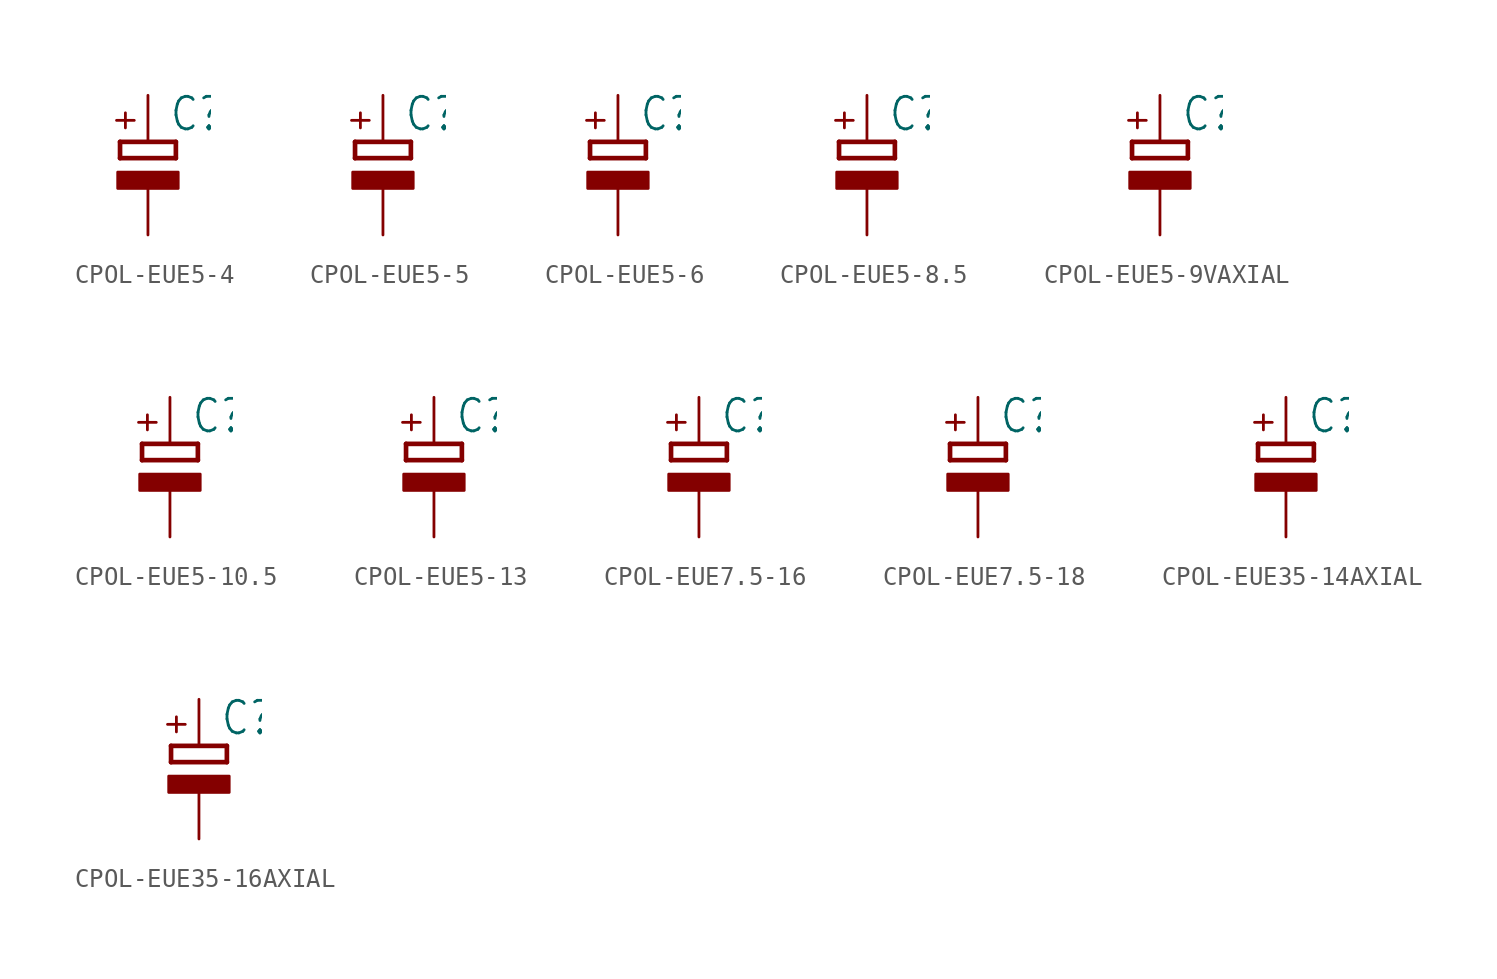
<source format=kicad_sym>
(kicad_symbol_lib
  (version 20241209)
  (generator "kicad_symbol_editor")
  (generator_version "9.0")
  (symbol "CPOL-EUE5-4"
    (property "Reference" "C"
      (at 1.143 0.483 0)
      (effects (font (size 1.778 1.511)) (justify left bottom)))
    (property "Value" ""
      (at 1.143 -4.597 0)
      (effects (font (size 1.778 1.511)) (justify left bottom)))
    (property "ki_locked" ""
      (at 0 0 0)
      (effects (font (size 1.27 1.27))))
    (symbol "CPOL-EUE5-4_1_0"
      (rectangle (start -1.651 -2.54) (end 1.651 -1.651) (stroke (width 0) (type default)) (fill (type outline)))
      (polyline (pts (xy -1.524 0) (xy -1.524 -0.889)) (stroke (width 0.254) (type solid)) (fill (type none)))
      (polyline (pts (xy -1.524 0) (xy 1.524 0)) (stroke (width 0.254) (type solid)) (fill (type none)))
      (polyline (pts (xy -1.524 -0.889) (xy 1.524 -0.889)) (stroke (width 0.254) (type solid)) (fill (type none)))
      (polyline (pts (xy 1.524 -0.889) (xy 1.524 0)) (stroke (width 0.254) (type solid)) (fill (type none)))
      (text "+" (at -0.584 0.406 900) (effects (font (size 1.27 1.079)) (justify left bottom)))
      (pin passive line (at 0 2.54 270) (length 2.54) (name "+" (effects (font (size 0 0)))) (number "+" (effects (font (size 0 0)))))
      (pin passive line (at 0 -5.08 90) (length 2.54) (name "-" (effects (font (size 0 0)))) (number "-" (effects (font (size 0 0)))))))
  (symbol "CPOL-EUE5-5"
    (property "Reference" "C"
      (at 1.143 0.483 0)
      (effects (font (size 1.778 1.511)) (justify left bottom)))
    (property "Value" ""
      (at 1.143 -4.597 0)
      (effects (font (size 1.778 1.511)) (justify left bottom)))
    (property "ki_locked" ""
      (at 0 0 0)
      (effects (font (size 1.27 1.27))))
    (symbol "CPOL-EUE5-5_1_0"
      (rectangle (start -1.651 -2.54) (end 1.651 -1.651) (stroke (width 0) (type default)) (fill (type outline)))
      (polyline (pts (xy -1.524 0) (xy -1.524 -0.889)) (stroke (width 0.254) (type solid)) (fill (type none)))
      (polyline (pts (xy -1.524 0) (xy 1.524 0)) (stroke (width 0.254) (type solid)) (fill (type none)))
      (polyline (pts (xy -1.524 -0.889) (xy 1.524 -0.889)) (stroke (width 0.254) (type solid)) (fill (type none)))
      (polyline (pts (xy 1.524 -0.889) (xy 1.524 0)) (stroke (width 0.254) (type solid)) (fill (type none)))
      (text "+" (at -0.584 0.406 900) (effects (font (size 1.27 1.079)) (justify left bottom)))
      (pin passive line (at 0 2.54 270) (length 2.54) (name "+" (effects (font (size 0 0)))) (number "+" (effects (font (size 0 0)))))
      (pin passive line (at 0 -5.08 90) (length 2.54) (name "-" (effects (font (size 0 0)))) (number "-" (effects (font (size 0 0)))))))
  (symbol "CPOL-EUE5-6"
    (property "Reference" "C"
      (at 1.143 0.483 0)
      (effects (font (size 1.778 1.511)) (justify left bottom)))
    (property "Value" ""
      (at 1.143 -4.597 0)
      (effects (font (size 1.778 1.511)) (justify left bottom)))
    (property "ki_locked" ""
      (at 0 0 0)
      (effects (font (size 1.27 1.27))))
    (symbol "CPOL-EUE5-6_1_0"
      (rectangle (start -1.651 -2.54) (end 1.651 -1.651) (stroke (width 0) (type default)) (fill (type outline)))
      (polyline (pts (xy -1.524 0) (xy -1.524 -0.889)) (stroke (width 0.254) (type solid)) (fill (type none)))
      (polyline (pts (xy -1.524 0) (xy 1.524 0)) (stroke (width 0.254) (type solid)) (fill (type none)))
      (polyline (pts (xy -1.524 -0.889) (xy 1.524 -0.889)) (stroke (width 0.254) (type solid)) (fill (type none)))
      (polyline (pts (xy 1.524 -0.889) (xy 1.524 0)) (stroke (width 0.254) (type solid)) (fill (type none)))
      (text "+" (at -0.584 0.406 900) (effects (font (size 1.27 1.079)) (justify left bottom)))
      (pin passive line (at 0 2.54 270) (length 2.54) (name "+" (effects (font (size 0 0)))) (number "+" (effects (font (size 0 0)))))
      (pin passive line (at 0 -5.08 90) (length 2.54) (name "-" (effects (font (size 0 0)))) (number "-" (effects (font (size 0 0)))))))
  (symbol "CPOL-EUE5-8.5"
    (property "Reference" "C"
      (at 1.143 0.483 0)
      (effects (font (size 1.778 1.511)) (justify left bottom)))
    (property "Value" ""
      (at 1.143 -4.597 0)
      (effects (font (size 1.778 1.511)) (justify left bottom)))
    (property "ki_locked" ""
      (at 0 0 0)
      (effects (font (size 1.27 1.27))))
    (symbol "CPOL-EUE5-8.5_1_0"
      (rectangle (start -1.651 -2.54) (end 1.651 -1.651) (stroke (width 0) (type default)) (fill (type outline)))
      (polyline (pts (xy -1.524 0) (xy -1.524 -0.889)) (stroke (width 0.254) (type solid)) (fill (type none)))
      (polyline (pts (xy -1.524 0) (xy 1.524 0)) (stroke (width 0.254) (type solid)) (fill (type none)))
      (polyline (pts (xy -1.524 -0.889) (xy 1.524 -0.889)) (stroke (width 0.254) (type solid)) (fill (type none)))
      (polyline (pts (xy 1.524 -0.889) (xy 1.524 0)) (stroke (width 0.254) (type solid)) (fill (type none)))
      (text "+" (at -0.584 0.406 900) (effects (font (size 1.27 1.079)) (justify left bottom)))
      (pin passive line (at 0 2.54 270) (length 2.54) (name "+" (effects (font (size 0 0)))) (number "+" (effects (font (size 0 0)))))
      (pin passive line (at 0 -5.08 90) (length 2.54) (name "-" (effects (font (size 0 0)))) (number "-" (effects (font (size 0 0)))))))
  (symbol "CPOL-EUE5-9VAXIAL"
    (property "Reference" "C"
      (at 1.143 0.483 0)
      (effects (font (size 1.778 1.511)) (justify left bottom)))
    (property "Value" ""
      (at 1.143 -4.597 0)
      (effects (font (size 1.778 1.511)) (justify left bottom)))
    (property "ki_locked" ""
      (at 0 0 0)
      (effects (font (size 1.27 1.27))))
    (symbol "CPOL-EUE5-9VAXIAL_1_0"
      (rectangle (start -1.651 -2.54) (end 1.651 -1.651) (stroke (width 0) (type default)) (fill (type outline)))
      (polyline (pts (xy -1.524 0) (xy -1.524 -0.889)) (stroke (width 0.254) (type solid)) (fill (type none)))
      (polyline (pts (xy -1.524 0) (xy 1.524 0)) (stroke (width 0.254) (type solid)) (fill (type none)))
      (polyline (pts (xy -1.524 -0.889) (xy 1.524 -0.889)) (stroke (width 0.254) (type solid)) (fill (type none)))
      (polyline (pts (xy 1.524 -0.889) (xy 1.524 0)) (stroke (width 0.254) (type solid)) (fill (type none)))
      (text "+" (at -0.584 0.406 900) (effects (font (size 1.27 1.079)) (justify left bottom)))
      (pin passive line (at 0 2.54 270) (length 2.54) (name "+" (effects (font (size 0 0)))) (number "+" (effects (font (size 0 0)))))
      (pin passive line (at 0 -5.08 90) (length 2.54) (name "-" (effects (font (size 0 0)))) (number "-" (effects (font (size 0 0)))))))
  (symbol "CPOL-EUE5-10.5"
    (property "Reference" "C"
      (at 1.143 0.483 0)
      (effects (font (size 1.778 1.511)) (justify left bottom)))
    (property "Value" ""
      (at 1.143 -4.597 0)
      (effects (font (size 1.778 1.511)) (justify left bottom)))
    (property "ki_locked" ""
      (at 0 0 0)
      (effects (font (size 1.27 1.27))))
    (symbol "CPOL-EUE5-10.5_1_0"
      (rectangle (start -1.651 -2.54) (end 1.651 -1.651) (stroke (width 0) (type default)) (fill (type outline)))
      (polyline (pts (xy -1.524 0) (xy -1.524 -0.889)) (stroke (width 0.254) (type solid)) (fill (type none)))
      (polyline (pts (xy -1.524 0) (xy 1.524 0)) (stroke (width 0.254) (type solid)) (fill (type none)))
      (polyline (pts (xy -1.524 -0.889) (xy 1.524 -0.889)) (stroke (width 0.254) (type solid)) (fill (type none)))
      (polyline (pts (xy 1.524 -0.889) (xy 1.524 0)) (stroke (width 0.254) (type solid)) (fill (type none)))
      (text "+" (at -0.584 0.406 900) (effects (font (size 1.27 1.079)) (justify left bottom)))
      (pin passive line (at 0 2.54 270) (length 2.54) (name "+" (effects (font (size 0 0)))) (number "+" (effects (font (size 0 0)))))
      (pin passive line (at 0 -5.08 90) (length 2.54) (name "-" (effects (font (size 0 0)))) (number "-" (effects (font (size 0 0)))))))
  (symbol "CPOL-EUE5-13"
    (property "Reference" "C"
      (at 1.143 0.483 0)
      (effects (font (size 1.778 1.511)) (justify left bottom)))
    (property "Value" ""
      (at 1.143 -4.597 0)
      (effects (font (size 1.778 1.511)) (justify left bottom)))
    (property "ki_locked" ""
      (at 0 0 0)
      (effects (font (size 1.27 1.27))))
    (symbol "CPOL-EUE5-13_1_0"
      (rectangle (start -1.651 -2.54) (end 1.651 -1.651) (stroke (width 0) (type default)) (fill (type outline)))
      (polyline (pts (xy -1.524 0) (xy -1.524 -0.889)) (stroke (width 0.254) (type solid)) (fill (type none)))
      (polyline (pts (xy -1.524 0) (xy 1.524 0)) (stroke (width 0.254) (type solid)) (fill (type none)))
      (polyline (pts (xy -1.524 -0.889) (xy 1.524 -0.889)) (stroke (width 0.254) (type solid)) (fill (type none)))
      (polyline (pts (xy 1.524 -0.889) (xy 1.524 0)) (stroke (width 0.254) (type solid)) (fill (type none)))
      (text "+" (at -0.584 0.406 900) (effects (font (size 1.27 1.079)) (justify left bottom)))
      (pin passive line (at 0 2.54 270) (length 2.54) (name "+" (effects (font (size 0 0)))) (number "+" (effects (font (size 0 0)))))
      (pin passive line (at 0 -5.08 90) (length 2.54) (name "-" (effects (font (size 0 0)))) (number "-" (effects (font (size 0 0)))))))
  (symbol "CPOL-EUE7.5-16"
    (property "Reference" "C"
      (at 1.143 0.483 0)
      (effects (font (size 1.778 1.511)) (justify left bottom)))
    (property "Value" ""
      (at 1.143 -4.597 0)
      (effects (font (size 1.778 1.511)) (justify left bottom)))
    (property "ki_locked" ""
      (at 0 0 0)
      (effects (font (size 1.27 1.27))))
    (symbol "CPOL-EUE7.5-16_1_0"
      (rectangle (start -1.651 -2.54) (end 1.651 -1.651) (stroke (width 0) (type default)) (fill (type outline)))
      (polyline (pts (xy -1.524 0) (xy -1.524 -0.889)) (stroke (width 0.254) (type solid)) (fill (type none)))
      (polyline (pts (xy -1.524 0) (xy 1.524 0)) (stroke (width 0.254) (type solid)) (fill (type none)))
      (polyline (pts (xy -1.524 -0.889) (xy 1.524 -0.889)) (stroke (width 0.254) (type solid)) (fill (type none)))
      (polyline (pts (xy 1.524 -0.889) (xy 1.524 0)) (stroke (width 0.254) (type solid)) (fill (type none)))
      (text "+" (at -0.584 0.406 900) (effects (font (size 1.27 1.079)) (justify left bottom)))
      (pin passive line (at 0 2.54 270) (length 2.54) (name "+" (effects (font (size 0 0)))) (number "+" (effects (font (size 0 0)))))
      (pin passive line (at 0 -5.08 90) (length 2.54) (name "-" (effects (font (size 0 0)))) (number "-" (effects (font (size 0 0)))))))
  (symbol "CPOL-EUE7.5-18"
    (property "Reference" "C"
      (at 1.143 0.483 0)
      (effects (font (size 1.778 1.511)) (justify left bottom)))
    (property "Value" ""
      (at 1.143 -4.597 0)
      (effects (font (size 1.778 1.511)) (justify left bottom)))
    (property "ki_locked" ""
      (at 0 0 0)
      (effects (font (size 1.27 1.27))))
    (symbol "CPOL-EUE7.5-18_1_0"
      (rectangle (start -1.651 -2.54) (end 1.651 -1.651) (stroke (width 0) (type default)) (fill (type outline)))
      (polyline (pts (xy -1.524 0) (xy -1.524 -0.889)) (stroke (width 0.254) (type solid)) (fill (type none)))
      (polyline (pts (xy -1.524 0) (xy 1.524 0)) (stroke (width 0.254) (type solid)) (fill (type none)))
      (polyline (pts (xy -1.524 -0.889) (xy 1.524 -0.889)) (stroke (width 0.254) (type solid)) (fill (type none)))
      (polyline (pts (xy 1.524 -0.889) (xy 1.524 0)) (stroke (width 0.254) (type solid)) (fill (type none)))
      (text "+" (at -0.584 0.406 900) (effects (font (size 1.27 1.079)) (justify left bottom)))
      (pin passive line (at 0 2.54 270) (length 2.54) (name "+" (effects (font (size 0 0)))) (number "+" (effects (font (size 0 0)))))
      (pin passive line (at 0 -5.08 90) (length 2.54) (name "-" (effects (font (size 0 0)))) (number "-" (effects (font (size 0 0)))))))
  (symbol "CPOL-EUE35-14AXIAL"
    (property "Reference" "C"
      (at 1.143 0.483 0)
      (effects (font (size 1.778 1.511)) (justify left bottom)))
    (property "Value" ""
      (at 1.143 -4.597 0)
      (effects (font (size 1.778 1.511)) (justify left bottom)))
    (property "ki_locked" ""
      (at 0 0 0)
      (effects (font (size 1.27 1.27))))
    (symbol "CPOL-EUE35-14AXIAL_1_0"
      (rectangle (start -1.651 -2.54) (end 1.651 -1.651) (stroke (width 0) (type default)) (fill (type outline)))
      (polyline (pts (xy -1.524 0) (xy -1.524 -0.889)) (stroke (width 0.254) (type solid)) (fill (type none)))
      (polyline (pts (xy -1.524 0) (xy 1.524 0)) (stroke (width 0.254) (type solid)) (fill (type none)))
      (polyline (pts (xy -1.524 -0.889) (xy 1.524 -0.889)) (stroke (width 0.254) (type solid)) (fill (type none)))
      (polyline (pts (xy 1.524 -0.889) (xy 1.524 0)) (stroke (width 0.254) (type solid)) (fill (type none)))
      (text "+" (at -0.584 0.406 900) (effects (font (size 1.27 1.079)) (justify left bottom)))
      (pin passive line (at 0 2.54 270) (length 2.54) (name "+" (effects (font (size 0 0)))) (number "+" (effects (font (size 0 0)))))
      (pin passive line (at 0 -5.08 90) (length 2.54) (name "-" (effects (font (size 0 0)))) (number "-" (effects (font (size 0 0)))))))
  (symbol "CPOL-EUE35-16AXIAL"
    (property "Reference" "C"
      (at 1.143 0.483 0)
      (effects (font (size 1.778 1.511)) (justify left bottom)))
    (property "Value" ""
      (at 1.143 -4.597 0)
      (effects (font (size 1.778 1.511)) (justify left bottom)))
    (property "ki_locked" ""
      (at 0 0 0)
      (effects (font (size 1.27 1.27))))
    (symbol "CPOL-EUE35-16AXIAL_1_0"
      (rectangle (start -1.651 -2.54) (end 1.651 -1.651) (stroke (width 0) (type default)) (fill (type outline)))
      (polyline (pts (xy -1.524 0) (xy -1.524 -0.889)) (stroke (width 0.254) (type solid)) (fill (type none)))
      (polyline (pts (xy -1.524 0) (xy 1.524 0)) (stroke (width 0.254) (type solid)) (fill (type none)))
      (polyline (pts (xy -1.524 -0.889) (xy 1.524 -0.889)) (stroke (width 0.254) (type solid)) (fill (type none)))
      (polyline (pts (xy 1.524 -0.889) (xy 1.524 0)) (stroke (width 0.254) (type solid)) (fill (type none)))
      (text "+" (at -0.584 0.406 900) (effects (font (size 1.27 1.079)) (justify left bottom)))
      (pin passive line (at 0 2.54 270) (length 2.54) (name "+" (effects (font (size 0 0)))) (number "+" (effects (font (size 0 0)))))
      (pin passive line (at 0 -5.08 90) (length 2.54) (name "-" (effects (font (size 0 0)))) (number "-" (effects (font (size 0 0))))))))
</source>
